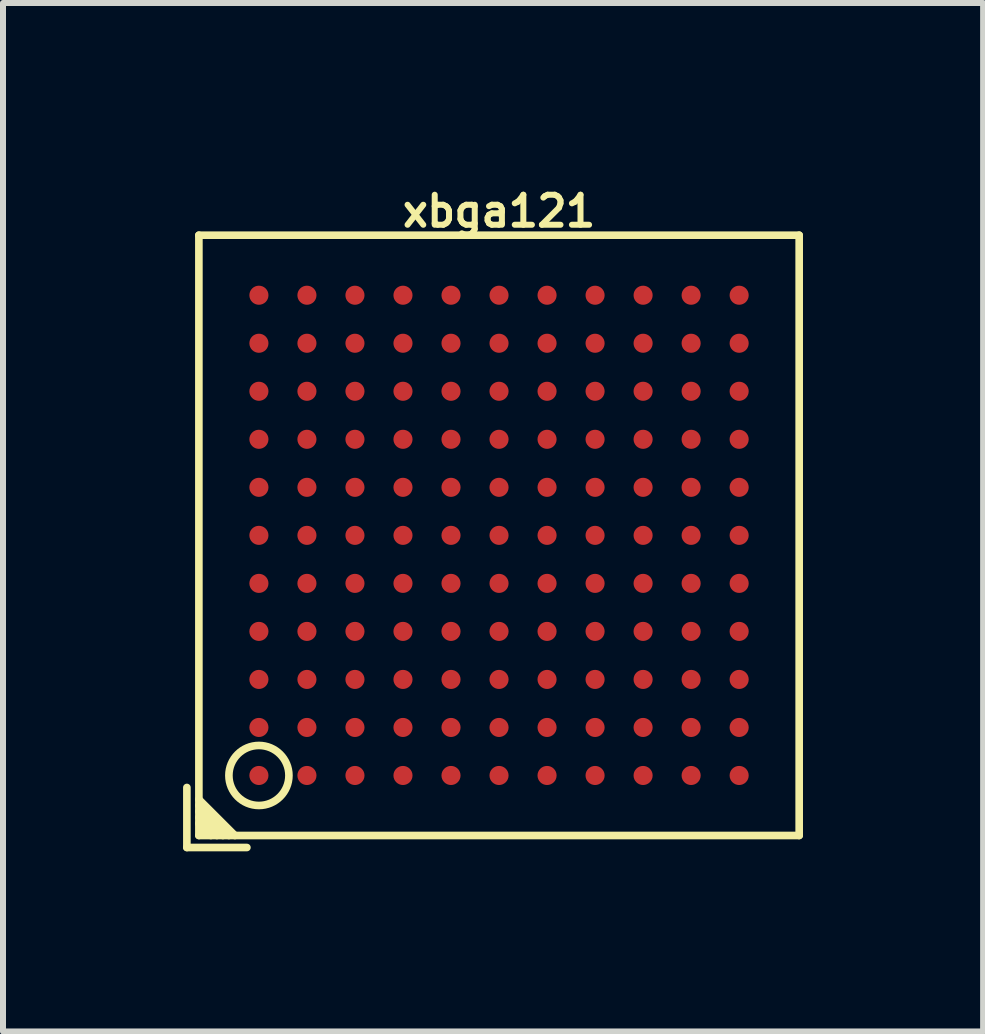
<source format=kicad_pcb>
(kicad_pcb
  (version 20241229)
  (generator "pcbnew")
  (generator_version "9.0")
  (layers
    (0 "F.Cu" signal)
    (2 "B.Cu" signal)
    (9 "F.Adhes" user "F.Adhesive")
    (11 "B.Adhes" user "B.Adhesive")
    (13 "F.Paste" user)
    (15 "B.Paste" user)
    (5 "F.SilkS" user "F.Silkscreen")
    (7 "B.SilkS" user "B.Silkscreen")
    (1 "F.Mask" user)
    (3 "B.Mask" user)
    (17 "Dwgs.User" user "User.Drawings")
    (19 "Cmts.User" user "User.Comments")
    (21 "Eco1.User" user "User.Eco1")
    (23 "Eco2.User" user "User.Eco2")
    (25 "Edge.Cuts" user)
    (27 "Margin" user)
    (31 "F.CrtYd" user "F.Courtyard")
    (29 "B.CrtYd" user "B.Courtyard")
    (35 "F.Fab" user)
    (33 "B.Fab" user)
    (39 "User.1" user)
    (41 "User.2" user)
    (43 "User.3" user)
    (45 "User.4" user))
  (footprint "xbga121"
    (layer "F.Cu")
    (at 5.263 5.868)
    (property "Reference" "xbga121" (at 0 -5.4 0) (layer "F.SilkS") (effects (font (size 0.5 0.5) (thickness 0.1))))
    (attr through_hole)
    (fp_line (start -5.2 4.2) (end -5.2 5.2) (stroke (width 0.127) (type solid)) (layer "F.SilkS"))
    (fp_line (start -5.2 5.2) (end -4.2 5.2) (stroke (width 0.127) (type solid)) (layer "F.SilkS"))
    (fp_line (start -5 -5) (end -5 5) (stroke (width 0.127) (type solid)) (layer "F.SilkS"))
    (fp_line (start -5 4.7) (end -4.7 5) (stroke (width 0.127) (type solid)) (layer "F.SilkS"))
    (fp_line (start -5 5) (end 5 5) (stroke (width 0.127) (type solid)) (layer "F.SilkS"))
    (fp_line (start -4.8 5) (end -5 4.8) (stroke (width 0.127) (type solid)) (layer "F.SilkS"))
    (fp_line (start -4.6 5) (end -5 4.6) (stroke (width 0.127) (type solid)) (layer "F.SilkS"))
    (fp_line (start -4.5 5) (end -5 4.5) (stroke (width 0.127) (type solid)) (layer "F.SilkS"))
    (fp_line (start -4.4 5) (end -5 4.4) (stroke (width 0.127) (type solid)) (layer "F.SilkS"))
    (fp_line (start 5 -5) (end -5 -5) (stroke (width 0.127) (type solid)) (layer "F.SilkS"))
    (fp_line (start 5 5) (end 5 -5) (stroke (width 0.127) (type solid)) (layer "F.SilkS"))
    (fp_circle (center -4 4) (end -4.4 4.3) (stroke (width 0.127) (type solid)) (fill no) (layer "F.SilkS"))
    (pad "A1" smd circle (at -4 4) (size 0.318 0.318) (layers "F.Cu" "F.Mask" "F.Paste"))
    (pad "A2" smd circle (at -3.2 4) (size 0.318 0.318) (layers "F.Cu" "F.Mask" "F.Paste"))
    (pad "A3" smd circle (at -2.4 4) (size 0.318 0.318) (layers "F.Cu" "F.Mask" "F.Paste"))
    (pad "A4" smd circle (at -1.6 4) (size 0.318 0.318) (layers "F.Cu" "F.Mask" "F.Paste"))
    (pad "A5" smd circle (at -0.8 4) (size 0.318 0.318) (layers "F.Cu" "F.Mask" "F.Paste"))
    (pad "A6" smd circle (at 0 4) (size 0.318 0.318) (layers "F.Cu" "F.Mask" "F.Paste"))
    (pad "A7" smd circle (at 0.8 4) (size 0.318 0.318) (layers "F.Cu" "F.Mask" "F.Paste"))
    (pad "A8" smd circle (at 1.6 4) (size 0.318 0.318) (layers "F.Cu" "F.Mask" "F.Paste"))
    (pad "A9" smd circle (at 2.4 4) (size 0.318 0.318) (layers "F.Cu" "F.Mask" "F.Paste"))
    (pad "A10" smd circle (at 3.2 4) (size 0.318 0.318) (layers "F.Cu" "F.Mask" "F.Paste"))
    (pad "A11" smd circle (at 4 4) (size 0.318 0.318) (layers "F.Cu" "F.Mask" "F.Paste"))
    (pad "B1" smd circle (at -4 3.2) (size 0.318 0.318) (layers "F.Cu" "F.Mask" "F.Paste"))
    (pad "B2" smd circle (at -3.2 3.2) (size 0.318 0.318) (layers "F.Cu" "F.Mask" "F.Paste"))
    (pad "B3" smd circle (at -2.4 3.2) (size 0.318 0.318) (layers "F.Cu" "F.Mask" "F.Paste"))
    (pad "B4" smd circle (at -1.6 3.2) (size 0.318 0.318) (layers "F.Cu" "F.Mask" "F.Paste"))
    (pad "B5" smd circle (at -0.8 3.2) (size 0.318 0.318) (layers "F.Cu" "F.Mask" "F.Paste"))
    (pad "B6" smd circle (at 0 3.2) (size 0.318 0.318) (layers "F.Cu" "F.Mask" "F.Paste"))
    (pad "B7" smd circle (at 0.8 3.2) (size 0.318 0.318) (layers "F.Cu" "F.Mask" "F.Paste"))
    (pad "B8" smd circle (at 1.6 3.2) (size 0.318 0.318) (layers "F.Cu" "F.Mask" "F.Paste"))
    (pad "B9" smd circle (at 2.4 3.2) (size 0.318 0.318) (layers "F.Cu" "F.Mask" "F.Paste"))
    (pad "B10" smd circle (at 3.2 3.2) (size 0.318 0.318) (layers "F.Cu" "F.Mask" "F.Paste"))
    (pad "B11" smd circle (at 4 3.2) (size 0.318 0.318) (layers "F.Cu" "F.Mask" "F.Paste"))
    (pad "C1" smd circle (at -4 2.4) (size 0.318 0.318) (layers "F.Cu" "F.Mask" "F.Paste"))
    (pad "C2" smd circle (at -3.2 2.4) (size 0.318 0.318) (layers "F.Cu" "F.Mask" "F.Paste"))
    (pad "C3" smd circle (at -2.4 2.4) (size 0.318 0.318) (layers "F.Cu" "F.Mask" "F.Paste"))
    (pad "C4" smd circle (at -1.6 2.4) (size 0.318 0.318) (layers "F.Cu" "F.Mask" "F.Paste"))
    (pad "C5" smd circle (at -0.8 2.4) (size 0.318 0.318) (layers "F.Cu" "F.Mask" "F.Paste"))
    (pad "C6" smd circle (at 0 2.4) (size 0.318 0.318) (layers "F.Cu" "F.Mask" "F.Paste"))
    (pad "C7" smd circle (at 0.8 2.4) (size 0.318 0.318) (layers "F.Cu" "F.Mask" "F.Paste"))
    (pad "C8" smd circle (at 1.6 2.4) (size 0.318 0.318) (layers "F.Cu" "F.Mask" "F.Paste"))
    (pad "C9" smd circle (at 2.4 2.4) (size 0.318 0.318) (layers "F.Cu" "F.Mask" "F.Paste"))
    (pad "C10" smd circle (at 3.2 2.4) (size 0.318 0.318) (layers "F.Cu" "F.Mask" "F.Paste"))
    (pad "C11" smd circle (at 4 2.4) (size 0.318 0.318) (layers "F.Cu" "F.Mask" "F.Paste"))
    (pad "D1" smd circle (at -4 1.6) (size 0.318 0.318) (layers "F.Cu" "F.Mask" "F.Paste"))
    (pad "D2" smd circle (at -3.2 1.6) (size 0.318 0.318) (layers "F.Cu" "F.Mask" "F.Paste"))
    (pad "D3" smd circle (at -2.4 1.6) (size 0.318 0.318) (layers "F.Cu" "F.Mask" "F.Paste"))
    (pad "D4" smd circle (at -1.6 1.6) (size 0.318 0.318) (layers "F.Cu" "F.Mask" "F.Paste"))
    (pad "D5" smd circle (at -0.8 1.6) (size 0.318 0.318) (layers "F.Cu" "F.Mask" "F.Paste"))
    (pad "D6" smd circle (at 0 1.6) (size 0.318 0.318) (layers "F.Cu" "F.Mask" "F.Paste"))
    (pad "D7" smd circle (at 0.8 1.6) (size 0.318 0.318) (layers "F.Cu" "F.Mask" "F.Paste"))
    (pad "D8" smd circle (at 1.6 1.6) (size 0.318 0.318) (layers "F.Cu" "F.Mask" "F.Paste"))
    (pad "D9" smd circle (at 2.4 1.6) (size 0.318 0.318) (layers "F.Cu" "F.Mask" "F.Paste"))
    (pad "D10" smd circle (at 3.2 1.6) (size 0.318 0.318) (layers "F.Cu" "F.Mask" "F.Paste"))
    (pad "D11" smd circle (at 4 1.6) (size 0.318 0.318) (layers "F.Cu" "F.Mask" "F.Paste"))
    (pad "E1" smd circle (at -4 0.8) (size 0.318 0.318) (layers "F.Cu" "F.Mask" "F.Paste"))
    (pad "E2" smd circle (at -3.2 0.8) (size 0.318 0.318) (layers "F.Cu" "F.Mask" "F.Paste"))
    (pad "E3" smd circle (at -2.4 0.8) (size 0.318 0.318) (layers "F.Cu" "F.Mask" "F.Paste"))
    (pad "E4" smd circle (at -1.6 0.8) (size 0.318 0.318) (layers "F.Cu" "F.Mask" "F.Paste"))
    (pad "E5" smd circle (at -0.8 0.8) (size 0.318 0.318) (layers "F.Cu" "F.Mask" "F.Paste"))
    (pad "E6" smd circle (at 0 0.8) (size 0.318 0.318) (layers "F.Cu" "F.Mask" "F.Paste"))
    (pad "E7" smd circle (at 0.8 0.8) (size 0.318 0.318) (layers "F.Cu" "F.Mask" "F.Paste"))
    (pad "E8" smd circle (at 1.6 0.8) (size 0.318 0.318) (layers "F.Cu" "F.Mask" "F.Paste"))
    (pad "E9" smd circle (at 2.4 0.8) (size 0.318 0.318) (layers "F.Cu" "F.Mask" "F.Paste"))
    (pad "E10" smd circle (at 3.2 0.8) (size 0.318 0.318) (layers "F.Cu" "F.Mask" "F.Paste"))
    (pad "E11" smd circle (at 4 0.8) (size 0.318 0.318) (layers "F.Cu" "F.Mask" "F.Paste"))
    (pad "F1" smd circle (at -4 0) (size 0.318 0.318) (layers "F.Cu" "F.Mask" "F.Paste"))
    (pad "F2" smd circle (at -3.2 0) (size 0.318 0.318) (layers "F.Cu" "F.Mask" "F.Paste"))
    (pad "F3" smd circle (at -2.4 0) (size 0.318 0.318) (layers "F.Cu" "F.Mask" "F.Paste"))
    (pad "F4" smd circle (at -1.6 0) (size 0.318 0.318) (layers "F.Cu" "F.Mask" "F.Paste"))
    (pad "F5" smd circle (at -0.8 0) (size 0.318 0.318) (layers "F.Cu" "F.Mask" "F.Paste"))
    (pad "F6" smd circle (at 0 0) (size 0.318 0.318) (layers "F.Cu" "F.Mask" "F.Paste"))
    (pad "F7" smd circle (at 0.8 0) (size 0.318 0.318) (layers "F.Cu" "F.Mask" "F.Paste"))
    (pad "F8" smd circle (at 1.6 0) (size 0.318 0.318) (layers "F.Cu" "F.Mask" "F.Paste"))
    (pad "F9" smd circle (at 2.4 0) (size 0.318 0.318) (layers "F.Cu" "F.Mask" "F.Paste"))
    (pad "F10" smd circle (at 3.2 0) (size 0.318 0.318) (layers "F.Cu" "F.Mask" "F.Paste"))
    (pad "F11" smd circle (at 4 0) (size 0.318 0.318) (layers "F.Cu" "F.Mask" "F.Paste"))
    (pad "G1" smd circle (at -4 -0.8) (size 0.318 0.318) (layers "F.Cu" "F.Mask" "F.Paste"))
    (pad "G2" smd circle (at -3.2 -0.8) (size 0.318 0.318) (layers "F.Cu" "F.Mask" "F.Paste"))
    (pad "G3" smd circle (at -2.4 -0.8) (size 0.318 0.318) (layers "F.Cu" "F.Mask" "F.Paste"))
    (pad "G4" smd circle (at -1.6 -0.8) (size 0.318 0.318) (layers "F.Cu" "F.Mask" "F.Paste"))
    (pad "G5" smd circle (at -0.8 -0.8) (size 0.318 0.318) (layers "F.Cu" "F.Mask" "F.Paste"))
    (pad "G6" smd circle (at 0 -0.8) (size 0.318 0.318) (layers "F.Cu" "F.Mask" "F.Paste"))
    (pad "G7" smd circle (at 0.8 -0.8) (size 0.318 0.318) (layers "F.Cu" "F.Mask" "F.Paste"))
    (pad "G8" smd circle (at 1.6 -0.8) (size 0.318 0.318) (layers "F.Cu" "F.Mask" "F.Paste"))
    (pad "G9" smd circle (at 2.4 -0.8) (size 0.318 0.318) (layers "F.Cu" "F.Mask" "F.Paste"))
    (pad "G10" smd circle (at 3.2 -0.8) (size 0.318 0.318) (layers "F.Cu" "F.Mask" "F.Paste"))
    (pad "G11" smd circle (at 4 -0.8) (size 0.318 0.318) (layers "F.Cu" "F.Mask" "F.Paste"))
    (pad "H1" smd circle (at -4 -1.6) (size 0.318 0.318) (layers "F.Cu" "F.Mask" "F.Paste"))
    (pad "H2" smd circle (at -3.2 -1.6) (size 0.318 0.318) (layers "F.Cu" "F.Mask" "F.Paste"))
    (pad "H3" smd circle (at -2.4 -1.6) (size 0.318 0.318) (layers "F.Cu" "F.Mask" "F.Paste"))
    (pad "H4" smd circle (at -1.6 -1.6) (size 0.318 0.318) (layers "F.Cu" "F.Mask" "F.Paste"))
    (pad "H5" smd circle (at -0.8 -1.6) (size 0.318 0.318) (layers "F.Cu" "F.Mask" "F.Paste"))
    (pad "H6" smd circle (at 0 -1.6) (size 0.318 0.318) (layers "F.Cu" "F.Mask" "F.Paste"))
    (pad "H7" smd circle (at 0.8 -1.6) (size 0.318 0.318) (layers "F.Cu" "F.Mask" "F.Paste"))
    (pad "H8" smd circle (at 1.6 -1.6) (size 0.318 0.318) (layers "F.Cu" "F.Mask" "F.Paste"))
    (pad "H9" smd circle (at 2.4 -1.6) (size 0.318 0.318) (layers "F.Cu" "F.Mask" "F.Paste"))
    (pad "H10" smd circle (at 3.2 -1.6) (size 0.318 0.318) (layers "F.Cu" "F.Mask" "F.Paste"))
    (pad "H11" smd circle (at 4 -1.6) (size 0.318 0.318) (layers "F.Cu" "F.Mask" "F.Paste"))
    (pad "J1" smd circle (at -4 -2.4) (size 0.318 0.318) (layers "F.Cu" "F.Mask" "F.Paste"))
    (pad "J2" smd circle (at -3.2 -2.4) (size 0.318 0.318) (layers "F.Cu" "F.Mask" "F.Paste"))
    (pad "J3" smd circle (at -2.4 -2.4) (size 0.318 0.318) (layers "F.Cu" "F.Mask" "F.Paste"))
    (pad "J4" smd circle (at -1.6 -2.4) (size 0.318 0.318) (layers "F.Cu" "F.Mask" "F.Paste"))
    (pad "J5" smd circle (at -0.8 -2.4) (size 0.318 0.318) (layers "F.Cu" "F.Mask" "F.Paste"))
    (pad "J6" smd circle (at 0 -2.4) (size 0.318 0.318) (layers "F.Cu" "F.Mask" "F.Paste"))
    (pad "J7" smd circle (at 0.8 -2.4) (size 0.318 0.318) (layers "F.Cu" "F.Mask" "F.Paste"))
    (pad "J8" smd circle (at 1.6 -2.4) (size 0.318 0.318) (layers "F.Cu" "F.Mask" "F.Paste"))
    (pad "J9" smd circle (at 2.4 -2.4) (size 0.318 0.318) (layers "F.Cu" "F.Mask" "F.Paste"))
    (pad "J10" smd circle (at 3.2 -2.4) (size 0.318 0.318) (layers "F.Cu" "F.Mask" "F.Paste"))
    (pad "J11" smd circle (at 4 -2.4) (size 0.318 0.318) (layers "F.Cu" "F.Mask" "F.Paste"))
    (pad "K1" smd circle (at -4 -3.2) (size 0.318 0.318) (layers "F.Cu" "F.Mask" "F.Paste"))
    (pad "K2" smd circle (at -3.2 -3.2) (size 0.318 0.318) (layers "F.Cu" "F.Mask" "F.Paste"))
    (pad "K3" smd circle (at -2.4 -3.2) (size 0.318 0.318) (layers "F.Cu" "F.Mask" "F.Paste"))
    (pad "K4" smd circle (at -1.6 -3.2) (size 0.318 0.318) (layers "F.Cu" "F.Mask" "F.Paste"))
    (pad "K5" smd circle (at -0.8 -3.2) (size 0.318 0.318) (layers "F.Cu" "F.Mask" "F.Paste"))
    (pad "K6" smd circle (at 0 -3.2) (size 0.318 0.318) (layers "F.Cu" "F.Mask" "F.Paste"))
    (pad "K7" smd circle (at 0.8 -3.2) (size 0.318 0.318) (layers "F.Cu" "F.Mask" "F.Paste"))
    (pad "K8" smd circle (at 1.6 -3.2) (size 0.318 0.318) (layers "F.Cu" "F.Mask" "F.Paste"))
    (pad "K9" smd circle (at 2.4 -3.2) (size 0.318 0.318) (layers "F.Cu" "F.Mask" "F.Paste"))
    (pad "K10" smd circle (at 3.2 -3.2) (size 0.318 0.318) (layers "F.Cu" "F.Mask" "F.Paste"))
    (pad "K11" smd circle (at 4 -3.2) (size 0.318 0.318) (layers "F.Cu" "F.Mask" "F.Paste"))
    (pad "L1" smd circle (at -4 -4) (size 0.318 0.318) (layers "F.Cu" "F.Mask" "F.Paste"))
    (pad "L2" smd circle (at -3.2 -4) (size 0.318 0.318) (layers "F.Cu" "F.Mask" "F.Paste"))
    (pad "L3" smd circle (at -2.4 -4) (size 0.318 0.318) (layers "F.Cu" "F.Mask" "F.Paste"))
    (pad "L4" smd circle (at -1.6 -4) (size 0.318 0.318) (layers "F.Cu" "F.Mask" "F.Paste"))
    (pad "L5" smd circle (at -0.8 -4) (size 0.318 0.318) (layers "F.Cu" "F.Mask" "F.Paste"))
    (pad "L6" smd circle (at 0 -4) (size 0.318 0.318) (layers "F.Cu" "F.Mask" "F.Paste"))
    (pad "L7" smd circle (at 0.8 -4) (size 0.318 0.318) (layers "F.Cu" "F.Mask" "F.Paste"))
    (pad "L8" smd circle (at 1.6 -4) (size 0.318 0.318) (layers "F.Cu" "F.Mask" "F.Paste"))
    (pad "L9" smd circle (at 2.4 -4) (size 0.318 0.318) (layers "F.Cu" "F.Mask" "F.Paste"))
    (pad "L10" smd circle (at 3.2 -4) (size 0.318 0.318) (layers "F.Cu" "F.Mask" "F.Paste"))
    (pad "L11" smd circle (at 4 -4) (size 0.318 0.318) (layers "F.Cu" "F.Mask" "F.Paste")))
  (gr_rect
    (start -3 -3)
    (end 13.327 14.132)
    (stroke (width 0.1) (type default))
    (fill no)
    (layer "Edge.Cuts")))
</source>
